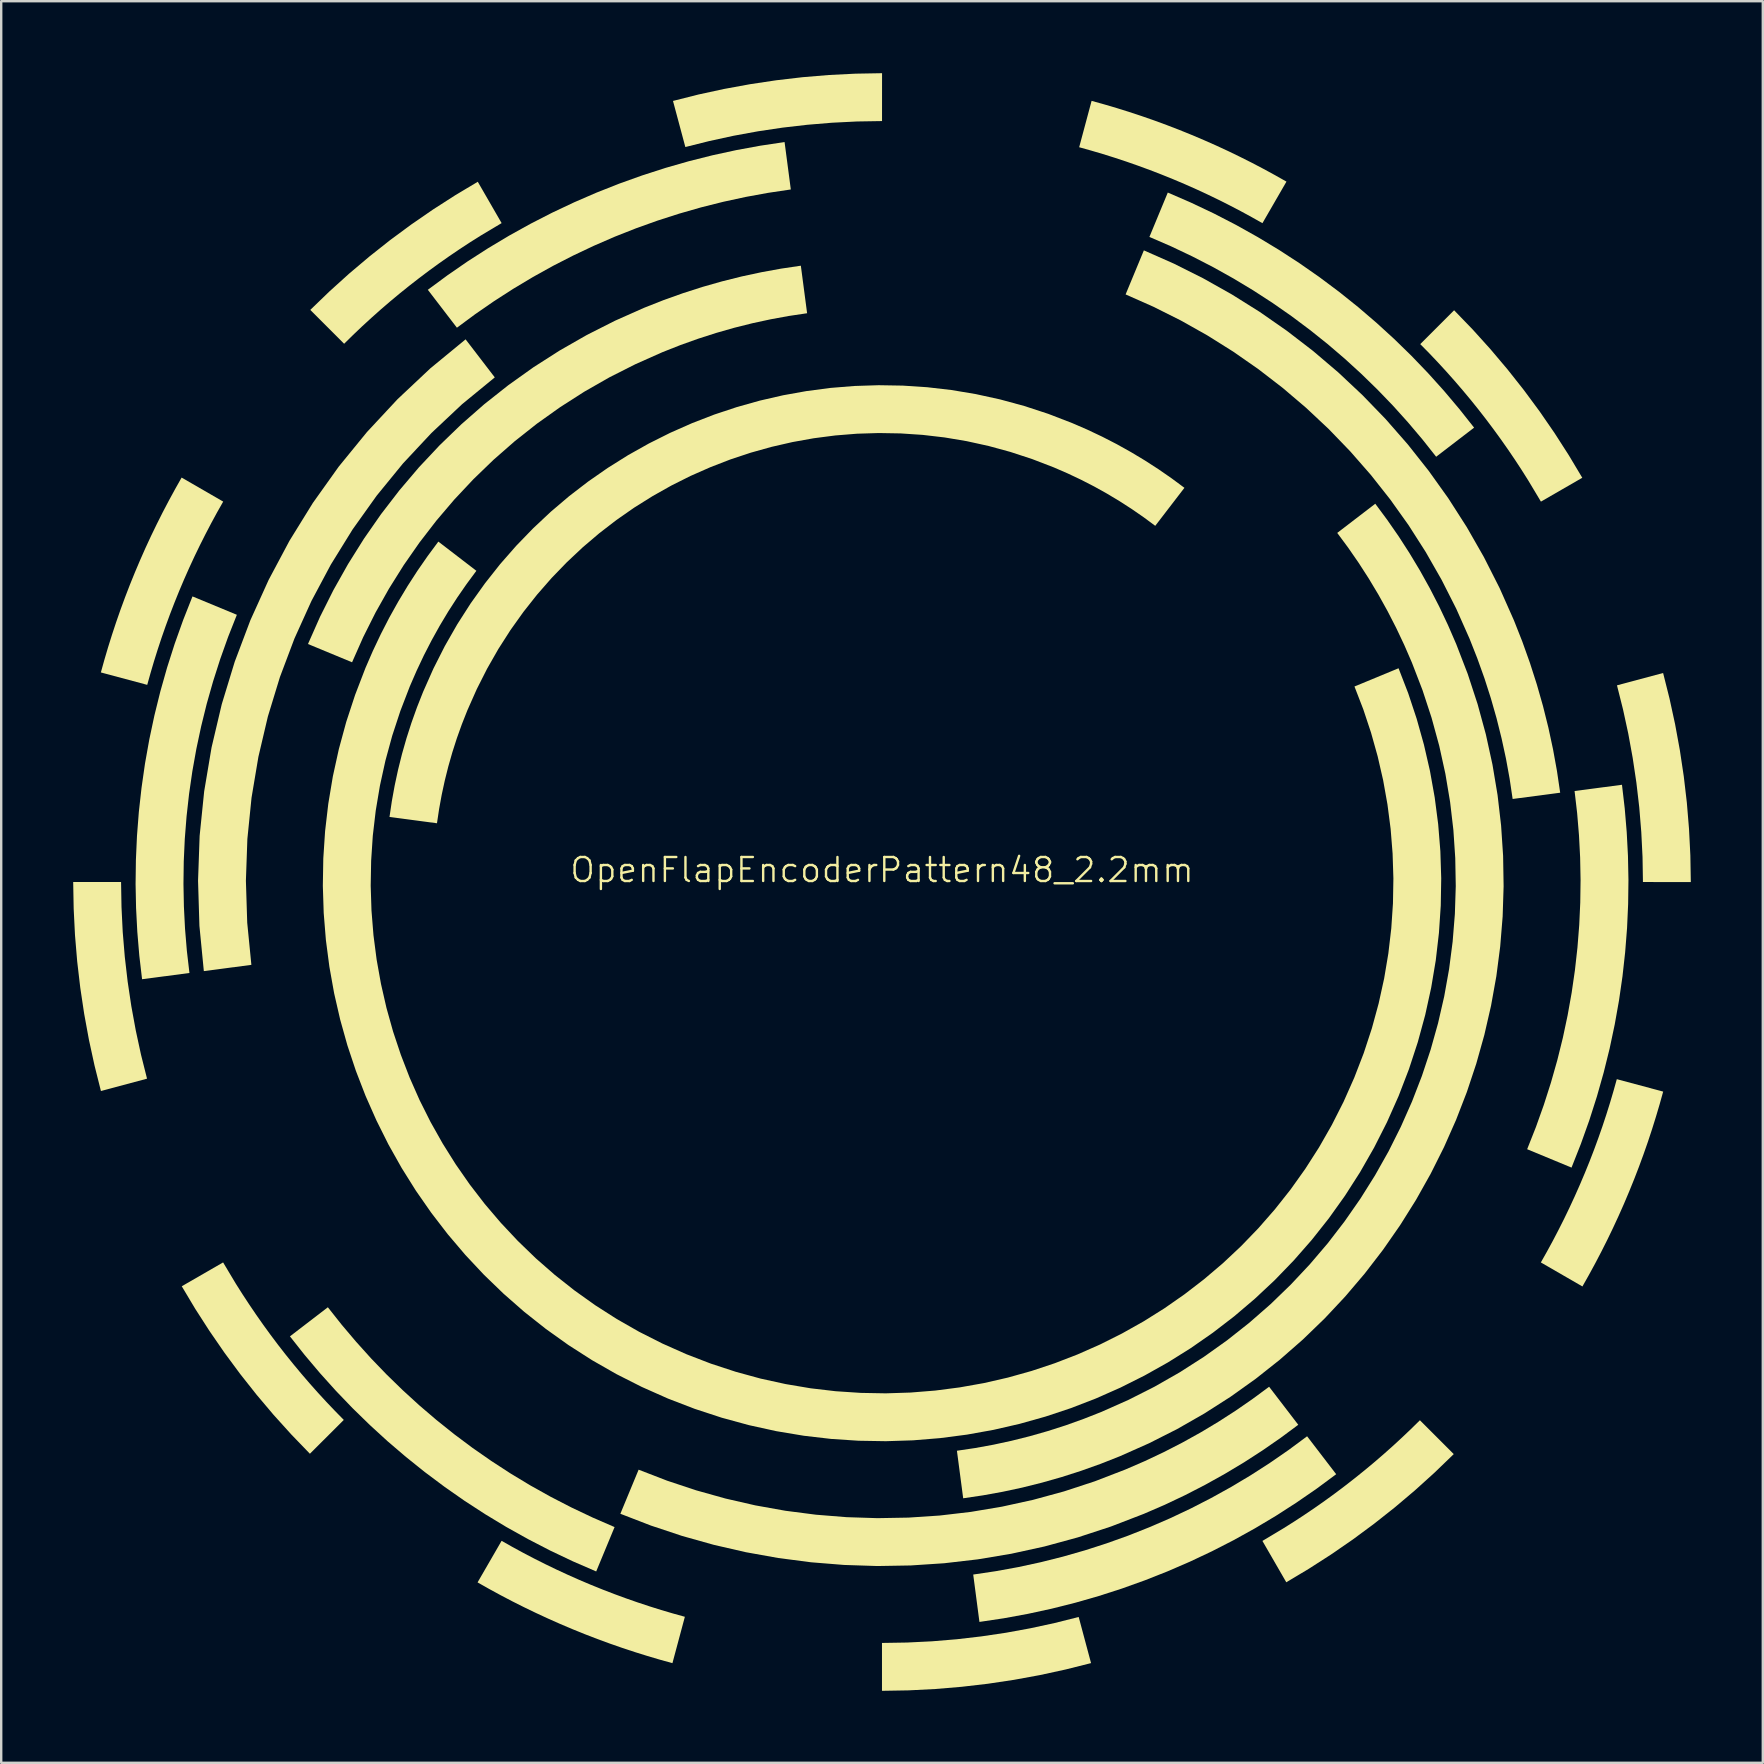
<source format=kicad_pcb>
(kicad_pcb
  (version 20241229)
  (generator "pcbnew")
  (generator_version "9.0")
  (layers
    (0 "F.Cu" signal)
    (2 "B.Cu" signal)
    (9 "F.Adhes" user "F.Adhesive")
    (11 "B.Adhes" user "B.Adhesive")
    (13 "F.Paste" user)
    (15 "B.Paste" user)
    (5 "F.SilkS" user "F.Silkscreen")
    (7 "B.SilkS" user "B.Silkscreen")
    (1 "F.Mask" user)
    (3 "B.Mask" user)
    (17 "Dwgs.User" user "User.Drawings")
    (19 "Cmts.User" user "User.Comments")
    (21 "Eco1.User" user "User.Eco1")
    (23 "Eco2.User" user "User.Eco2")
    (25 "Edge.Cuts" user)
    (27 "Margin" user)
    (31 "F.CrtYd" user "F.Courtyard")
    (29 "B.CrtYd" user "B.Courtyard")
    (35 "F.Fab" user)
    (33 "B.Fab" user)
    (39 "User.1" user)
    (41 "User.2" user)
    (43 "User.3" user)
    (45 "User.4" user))
  (footprint "OpenFlapEncoderPattern48_2.2mm"
    (layer "F.Cu")
    (at 33.704 33.704)
    (property "Reference" "OpenFlapEncoderPattern48_2.2mm" (at 0 -0.5 0) (unlocked yes) (layer "F.SilkS") (effects (font (size 1 1) (thickness 0.1))))
    (fp_poly (pts (xy 10.912 -26.321) (xy 10.912 -26.321) (xy 10.912 -26.321)) (stroke (width -0.000001) (type solid)) (fill yes) (layer "F.SilkS"))
    (fp_poly (pts (xy 23.84 -23.825) (xy 23.84 -23.825) (xy 23.84 -23.825)) (stroke (width -0.000001) (type solid)) (fill yes) (layer "F.SilkS"))
    (fp_poly (pts (xy 23.84 -23.825) (xy 23.84 -23.825) (xy 23.84 -23.825) (xy 23.84 -23.825) (xy 23.84 -23.825)) (stroke (width -0.000001) (type solid)) (fill yes) (layer "F.SilkS"))
    (fp_poly (pts (xy 32.552 8.734) (xy 32.552 8.734) (xy 32.552 8.734) (xy 32.552 8.734) (xy 32.552 8.734) (xy 32.552 8.734)) (stroke (width -0.000001) (type solid)) (fill yes) (layer "F.SilkS"))
    (fp_poly (pts (xy 32.552 8.734) (xy 32.552 8.734) (xy 32.552 8.734) (xy 32.552 8.734) (xy 32.552 8.734) (xy 32.552 8.734) (xy 32.552 8.734) (xy 32.552 8.734) (xy 32.552 8.734)) (stroke (width -0.000001) (type solid)) (fill yes) (layer "F.SilkS"))
    (fp_poly (pts (xy 0.001 -31.709) (xy -1.042 -31.692) (xy -2.082 -31.64) (xy -3.117 -31.554) (xy -4.147 -31.435) (xy -5.17 -31.282) (xy -6.187 -31.096) (xy -7.195 -30.877) (xy -8.195 -30.627) (xy -8.71 -32.548) (xy -7.647 -32.816) (xy -6.575 -33.048) (xy -5.494 -33.246) (xy -4.407 -33.409) (xy -3.312 -33.537) (xy -2.212 -33.629) (xy -1.107 -33.684) (xy 0.002 -33.704)) (stroke (width -0.000001) (type solid)) (fill yes) (layer "F.SilkS"))
    (fp_poly (pts (xy 8.711 32.549) (xy 7.648 32.816) (xy 6.576 33.049) (xy 5.495 33.247) (xy 4.408 33.41) (xy 3.313 33.537) (xy 2.213 33.629) (xy 1.108 33.685) (xy -0.001 33.704) (xy -0.001 31.709) (xy 1.043 31.692) (xy 2.083 31.641) (xy 3.118 31.555) (xy 4.148 31.435) (xy 5.171 31.283) (xy 6.187 31.097) (xy 7.196 30.878) (xy 8.196 30.627)) (stroke (width -0.000001) (type solid)) (fill yes) (layer "F.SilkS"))
    (fp_poly (pts (xy 32.816 -7.647) (xy 33.049 -6.575) (xy 33.247 -5.494) (xy 33.41 -4.407) (xy 33.538 -3.312) (xy 33.629 -2.212) (xy 33.685 -1.107) (xy 33.704 0.002) (xy 31.709 0.001) (xy 31.692 -1.042) (xy 31.64 -2.082) (xy 31.555 -3.117) (xy 31.435 -4.147) (xy 31.282 -5.171) (xy 31.097 -6.187) (xy 30.878 -7.196) (xy 30.627 -8.195) (xy 32.549 -8.71)) (stroke (width -0.000001) (type solid)) (fill yes) (layer "F.SilkS"))
    (fp_poly (pts (xy -31.709 -0.001) (xy -31.709 -0.001) (xy -31.691 1.043) (xy -31.64 2.083) (xy -31.554 3.118) (xy -31.435 4.147) (xy -31.282 5.171) (xy -31.096 6.187) (xy -30.878 7.196) (xy -30.627 8.195) (xy -32.548 8.71) (xy -32.815 7.647) (xy -33.048 6.575) (xy -33.246 5.495) (xy -33.409 4.407) (xy -33.537 3.313) (xy -33.629 2.213) (xy -33.684 1.108) (xy -33.704 -0.001)) (stroke (width -0.000001) (type solid)) (fill yes) (layer "F.SilkS"))
    (fp_poly (pts (xy -26.928 16.737) (xy -26.652 17.173) (xy -26.369 17.604) (xy -26.079 18.032) (xy -25.782 18.455) (xy -25.478 18.873) (xy -25.167 19.287) (xy -24.849 19.695) (xy -24.523 20.099) (xy -24.191 20.498) (xy -23.852 20.892) (xy -23.506 21.281) (xy -23.154 21.664) (xy -22.794 22.042) (xy -22.428 22.415) (xy -23.84 23.825) (xy -24.61 23.027) (xy -25.352 22.206) (xy -26.064 21.363) (xy -26.747 20.499) (xy -27.401 19.614) (xy -28.024 18.71) (xy -28.618 17.787) (xy -29.18 16.846) (xy -27.457 15.852)) (stroke (width -0.000001) (type solid)) (fill yes) (layer "F.SilkS"))
    (fp_poly (pts (xy -15.851 -27.457) (xy -16.736 -26.928) (xy -17.172 -26.653) (xy -17.604 -26.37) (xy -18.031 -26.08) (xy -18.454 -25.783) (xy -18.872 -25.479) (xy -19.286 -25.167) (xy -19.695 -24.849) (xy -20.099 -24.524) (xy -20.498 -24.192) (xy -20.892 -23.853) (xy -21.28 -23.507) (xy -21.664 -23.155) (xy -22.042 -22.795) (xy -22.414 -22.429) (xy -23.824 -23.84) (xy -23.026 -24.61) (xy -22.205 -25.352) (xy -21.362 -26.064) (xy -20.498 -26.748) (xy -19.613 -27.401) (xy -18.709 -28.024) (xy -17.786 -28.617) (xy -16.845 -29.18)) (stroke (width -0.000001) (type solid)) (fill yes) (layer "F.SilkS"))
    (fp_poly (pts (xy 23.825 23.84) (xy 23.027 24.61) (xy 22.206 25.352) (xy 21.363 26.065) (xy 20.499 26.748) (xy 19.614 27.402) (xy 18.71 28.025) (xy 17.787 28.618) (xy 16.847 29.181) (xy 15.852 27.458) (xy 16.736 26.928) (xy 17.172 26.653) (xy 17.604 26.37) (xy 18.032 26.08) (xy 18.455 25.783) (xy 18.873 25.479) (xy 19.287 25.167) (xy 19.695 24.849) (xy 20.099 24.524) (xy 20.498 24.192) (xy 20.892 23.853) (xy 21.281 23.507) (xy 21.664 23.154) (xy 22.042 22.795) (xy 22.415 22.429)) (stroke (width -0.000001) (type solid)) (fill yes) (layer "F.SilkS"))
    (fp_poly (pts (xy 24.611 -23.027) (xy 25.352 -22.206) (xy 26.065 -21.362) (xy 26.748 -20.498) (xy 27.402 -19.613) (xy 28.025 -18.709) (xy 28.618 -17.786) (xy 29.181 -16.845) (xy 27.458 -15.851) (xy 26.928 -16.736) (xy 26.653 -17.172) (xy 26.37 -17.604) (xy 26.08 -18.031) (xy 25.783 -18.454) (xy 25.479 -18.872) (xy 25.168 -19.286) (xy 24.85 -19.695) (xy 24.525 -20.099) (xy 24.192 -20.498) (xy 23.853 -20.892) (xy 23.508 -21.28) (xy 23.155 -21.664) (xy 22.796 -22.042) (xy 22.429 -22.414) (xy 23.84 -23.825)) (stroke (width -0.000001) (type solid)) (fill yes) (layer "F.SilkS"))
    (fp_poly (pts (xy -27.453 -15.852) (xy -27.706 -15.406) (xy -27.952 -14.953) (xy -28.191 -14.496) (xy -28.424 -14.033) (xy -28.65 -13.566) (xy -28.869 -13.092) (xy -29.081 -12.614) (xy -29.286 -12.13) (xy -29.482 -11.645) (xy -29.67 -11.158) (xy -29.849 -10.67) (xy -30.02 -10.181) (xy -30.182 -9.691) (xy -30.336 -9.2) (xy -30.481 -8.708) (xy -30.619 -8.215) (xy -32.551 -8.733) (xy -32.405 -9.257) (xy -32.251 -9.78) (xy -32.087 -10.303) (xy -31.915 -10.824) (xy -31.734 -11.344) (xy -31.543 -11.863) (xy -31.344 -12.38) (xy -31.135 -12.896) (xy -30.917 -13.41) (xy -30.692 -13.919) (xy -30.459 -14.422) (xy -30.218 -14.919) (xy -29.971 -15.411) (xy -29.716 -15.897) (xy -29.454 -16.378) (xy -29.186 -16.853)) (stroke (width -0.000001) (type solid)) (fill yes) (layer "F.SilkS"))
    (fp_poly (pts (xy -26.884 -11.135) (xy -27.248 -10.214) (xy -27.578 -9.288) (xy -27.875 -8.358) (xy -28.14 -7.425) (xy -28.371 -6.489) (xy -28.571 -5.551) (xy -28.739 -4.612) (xy -28.875 -3.672) (xy -28.98 -2.732) (xy -29.054 -1.793) (xy -29.097 -0.855) (xy -29.109 0.081) (xy -29.091 1.015) (xy -29.044 1.944) (xy -28.967 2.87) (xy -28.86 3.791) (xy -30.834 4.051) (xy -30.949 3.066) (xy -31.032 2.076) (xy -31.084 1.082) (xy -31.104 0.084) (xy -31.091 -0.917) (xy -31.046 -1.919) (xy -30.968 -2.924) (xy -30.856 -3.928) (xy -30.712 -4.933) (xy -30.533 -5.937) (xy -30.32 -6.939) (xy -30.073 -7.939) (xy -29.791 -8.936) (xy -29.474 -9.929) (xy -29.121 -10.918) (xy -28.733 -11.901)) (stroke (width -0.000001) (type solid)) (fill yes) (layer "F.SilkS"))
    (fp_poly (pts (xy -22.516 18.448) (xy -21.916 19.157) (xy -21.293 19.849) (xy -20.646 20.521) (xy -19.975 21.174) (xy -19.282 21.807) (xy -18.565 22.42) (xy -17.827 23.01) (xy -17.066 23.579) (xy -16.283 24.124) (xy -15.479 24.647) (xy -14.654 25.145) (xy -13.807 25.618) (xy -12.94 26.065) (xy -12.052 26.486) (xy -11.144 26.881) (xy -11.91 28.73) (xy -12.88 28.309) (xy -13.828 27.859) (xy -14.754 27.38) (xy -15.658 26.875) (xy -16.54 26.342) (xy -17.399 25.784) (xy -18.234 25.2) (xy -19.047 24.592) (xy -19.836 23.96) (xy -20.601 23.306) (xy -21.342 22.628) (xy -22.058 21.93) (xy -22.75 21.21) (xy -23.416 20.47) (xy -24.057 19.711) (xy -24.672 18.933) (xy -23.092 17.721)) (stroke (width -0.000001) (type solid)) (fill yes) (layer "F.SilkS"))
    (fp_poly (pts (xy -16.136 -21.028) (xy -17.499 -19.91) (xy -18.775 -18.711) (xy -19.963 -17.439) (xy -21.059 -16.097) (xy -22.061 -14.692) (xy -22.967 -13.228) (xy -23.776 -11.711) (xy -24.484 -10.146) (xy -25.09 -8.538) (xy -25.592 -6.894) (xy -25.986 -5.218) (xy -26.272 -3.515) (xy -26.446 -1.792) (xy -26.507 -0.052) (xy -26.452 1.697) (xy -26.279 3.452) (xy -28.26 3.713) (xy -28.444 1.827) (xy -28.501 -0.053) (xy -28.435 -1.923) (xy -28.246 -3.776) (xy -27.938 -5.607) (xy -27.513 -7.409) (xy -26.973 -9.178) (xy -26.321 -10.907) (xy -25.559 -12.59) (xy -24.69 -14.222) (xy -23.716 -15.797) (xy -22.639 -17.309) (xy -21.461 -18.752) (xy -20.186 -20.121) (xy -18.815 -21.41) (xy -17.352 -22.613)) (stroke (width -0.000001) (type solid)) (fill yes) (layer "F.SilkS"))
    (fp_poly (pts (xy 9.258 -32.405) (xy 9.781 -32.251) (xy 10.303 -32.087) (xy 10.825 -31.915) (xy 11.345 -31.734) (xy 11.864 -31.543) (xy 12.381 -31.344) (xy 12.897 -31.135) (xy 13.411 -30.917) (xy 13.92 -30.692) (xy 14.423 -30.459) (xy 14.92 -30.218) (xy 15.412 -29.971) (xy 15.898 -29.716) (xy 16.379 -29.454) (xy 16.854 -29.186) (xy 15.853 -27.454) (xy 15.406 -27.706) (xy 14.954 -27.952) (xy 14.497 -28.191) (xy 14.034 -28.424) (xy 13.566 -28.65) (xy 13.093 -28.869) (xy 12.615 -29.081) (xy 12.131 -29.286) (xy 11.646 -29.482) (xy 11.159 -29.67) (xy 10.671 -29.849) (xy 10.182 -30.02) (xy 9.692 -30.182) (xy 9.201 -30.336) (xy 8.709 -30.481) (xy 8.216 -30.619) (xy 8.734 -32.551)) (stroke (width -0.000001) (type solid)) (fill yes) (layer "F.SilkS"))
    (fp_poly (pts (xy 12.878 -28.309) (xy 13.827 -27.859) (xy 14.753 -27.381) (xy 15.657 -26.875) (xy 16.539 -26.343) (xy 17.398 -25.785) (xy 18.234 -25.201) (xy 19.047 -24.593) (xy 19.836 -23.961) (xy 20.601 -23.306) (xy 21.342 -22.629) (xy 22.059 -21.93) (xy 22.75 -21.21) (xy 23.416 -20.471) (xy 24.057 -19.711) (xy 24.673 -18.934) (xy 23.092 -17.721) (xy 22.516 -18.448) (xy 21.916 -19.157) (xy 21.293 -19.849) (xy 20.645 -20.521) (xy 19.975 -21.174) (xy 19.281 -21.808) (xy 18.565 -22.42) (xy 17.826 -23.01) (xy 17.066 -23.579) (xy 16.283 -24.125) (xy 15.479 -24.647) (xy 14.653 -25.145) (xy 13.806 -25.618) (xy 12.939 -26.065) (xy 12.051 -26.487) (xy 11.143 -26.881) (xy 11.909 -28.73)) (stroke (width -0.000001) (type solid)) (fill yes) (layer "F.SilkS"))
    (fp_poly (pts (xy 18.926 24.678) (xy 18.106 25.285) (xy 17.267 25.863) (xy 16.411 26.414) (xy 15.538 26.935) (xy 14.649 27.428) (xy 13.745 27.891) (xy 12.827 28.324) (xy 11.896 28.727) (xy 10.952 29.1) (xy 9.996 29.443) (xy 9.03 29.754) (xy 8.053 30.034) (xy 7.067 30.282) (xy 6.072 30.498) (xy 5.07 30.682) (xy 4.06 30.833) (xy 3.801 28.859) (xy 4.746 28.718) (xy 5.684 28.547) (xy 6.615 28.345) (xy 7.538 28.113) (xy 8.453 27.851) (xy 9.357 27.56) (xy 10.252 27.24) (xy 11.135 26.89) (xy 12.007 26.513) (xy 12.866 26.107) (xy 13.711 25.673) (xy 14.543 25.212) (xy 15.36 24.724) (xy 16.161 24.208) (xy 16.946 23.666) (xy 17.714 23.097)) (stroke (width -0.000001) (type solid)) (fill yes) (layer "F.SilkS"))
    (fp_poly (pts (xy 30.95 -3.067) (xy 31.033 -2.076) (xy 31.085 -1.082) (xy 31.105 -0.084) (xy 31.092 0.917) (xy 31.047 1.919) (xy 30.968 2.924) (xy 30.857 3.928) (xy 30.712 4.933) (xy 30.533 5.937) (xy 30.321 6.939) (xy 30.073 7.939) (xy 29.791 8.936) (xy 29.474 9.929) (xy 29.121 10.918) (xy 28.733 11.901) (xy 26.884 11.135) (xy 27.248 10.214) (xy 27.578 9.289) (xy 27.875 8.359) (xy 28.14 7.426) (xy 28.372 6.49) (xy 28.571 5.552) (xy 28.739 4.612) (xy 28.875 3.672) (xy 28.98 2.732) (xy 29.054 1.793) (xy 29.097 0.855) (xy 29.11 -0.081) (xy 29.092 -1.015) (xy 29.044 -1.945) (xy 28.967 -2.871) (xy 28.86 -3.792) (xy 30.835 -4.052)) (stroke (width -0.000001) (type solid)) (fill yes) (layer "F.SilkS"))
    (fp_poly (pts (xy 32.552 8.734) (xy 32.406 9.258) (xy 32.251 9.781) (xy 32.088 10.303) (xy 31.916 10.825) (xy 31.734 11.345) (xy 31.544 11.863) (xy 31.344 12.381) (xy 31.135 12.897) (xy 30.918 13.411) (xy 30.692 13.92) (xy 30.459 14.423) (xy 30.219 14.92) (xy 29.971 15.412) (xy 29.717 15.898) (xy 29.455 16.379) (xy 29.187 16.854) (xy 27.455 15.853) (xy 27.707 15.406) (xy 27.953 14.954) (xy 28.192 14.496) (xy 28.425 14.034) (xy 28.65 13.566) (xy 28.869 13.093) (xy 29.081 12.615) (xy 29.286 12.131) (xy 29.483 11.646) (xy 29.671 11.159) (xy 29.85 10.671) (xy 30.021 10.182) (xy 30.183 9.692) (xy 30.337 9.201) (xy 30.482 8.709) (xy 30.62 8.216)) (stroke (width -0.000001) (type solid)) (fill yes) (layer "F.SilkS"))
    (fp_poly (pts (xy -3.8 -28.859) (xy -3.8 -28.859) (xy -3.8 -28.859) (xy -3.8 -28.859) (xy -4.745 -28.718) (xy -5.683 -28.547) (xy -6.615 -28.345) (xy -7.538 -28.113) (xy -8.452 -27.851) (xy -9.357 -27.56) (xy -10.251 -27.24) (xy -11.135 -26.891) (xy -12.006 -26.513) (xy -12.865 -26.107) (xy -13.711 -25.674) (xy -14.543 -25.212) (xy -15.359 -24.724) (xy -16.161 -24.208) (xy -16.946 -23.666) (xy -17.714 -23.098) (xy -18.926 -24.678) (xy -18.105 -25.284) (xy -17.266 -25.863) (xy -16.41 -26.413) (xy -15.537 -26.935) (xy -14.648 -27.428) (xy -13.745 -27.891) (xy -12.827 -28.324) (xy -11.895 -28.728) (xy -10.951 -29.101) (xy -9.996 -29.443) (xy -9.029 -29.755) (xy -8.052 -30.035) (xy -7.066 -30.283) (xy -6.072 -30.499) (xy -5.069 -30.683) (xy -4.06 -30.834)) (stroke (width -0.000001) (type solid)) (fill yes) (layer "F.SilkS"))
    (fp_poly (pts (xy -15.852 27.454) (xy -15.852 27.454) (xy -15.852 27.454) (xy -15.852 27.454) (xy -15.852 27.454) (xy -15.852 27.454) (xy -15.852 27.454) (xy -15.852 27.454) (xy -15.852 27.454) (xy -15.852 27.454) (xy -15.405 27.707) (xy -14.953 27.953) (xy -14.496 28.192) (xy -14.033 28.425) (xy -13.565 28.651) (xy -13.092 28.87) (xy -12.614 29.082) (xy -12.13 29.287) (xy -11.645 29.483) (xy -11.158 29.671) (xy -10.67 29.85) (xy -10.181 30.021) (xy -9.691 30.183) (xy -9.2 30.337) (xy -8.708 30.482) (xy -8.215 30.619) (xy -8.733 32.551) (xy -9.257 32.406) (xy -9.78 32.251) (xy -10.303 32.088) (xy -10.824 31.916) (xy -11.344 31.735) (xy -11.863 31.544) (xy -12.38 31.345) (xy -12.896 31.136) (xy -13.41 30.918) (xy -13.919 30.692) (xy -14.422 30.459) (xy -14.919 30.219) (xy -15.411 29.972) (xy -15.897 29.717) (xy -16.378 29.455) (xy -16.853 29.186) (xy -15.852 27.454)) (stroke (width -0.000001) (type solid)) (fill yes) (layer "F.SilkS"))
    (fp_poly (pts (xy -3.121 -23.701) (xy -3.88 -23.588) (xy -4.638 -23.449) (xy -5.395 -23.286) (xy -6.151 -23.097) (xy -6.904 -22.882) (xy -7.655 -22.641) (xy -8.402 -22.374) (xy -9.146 -22.08) (xy -10.27 -21.58) (xy -11.357 -21.031) (xy -12.404 -20.433) (xy -13.411 -19.788) (xy -14.378 -19.1) (xy -15.303 -18.369) (xy -16.185 -17.597) (xy -17.024 -16.787) (xy -17.819 -15.941) (xy -18.569 -15.06) (xy -19.274 -14.146) (xy -19.932 -13.202) (xy -20.542 -12.229) (xy -21.105 -11.229) (xy -21.619 -10.204) (xy -22.083 -9.156) (xy -23.92 -9.917) (xy -23.417 -11.053) (xy -22.86 -12.165) (xy -22.25 -13.249) (xy -21.588 -14.305) (xy -20.875 -15.329) (xy -20.112 -16.32) (xy -19.3 -17.276) (xy -18.439 -18.194) (xy -17.53 -19.072) (xy -16.575 -19.909) (xy -15.574 -20.701) (xy -14.528 -21.447) (xy -13.437 -22.145) (xy -12.304 -22.793) (xy -11.128 -23.388) (xy -9.911 -23.929) (xy -9.106 -24.247) (xy -8.296 -24.536) (xy -7.483 -24.797) (xy -6.667 -25.029) (xy -5.848 -25.234) (xy -5.027 -25.41) (xy -4.205 -25.56) (xy -3.382 -25.682)) (stroke (width -0.000001) (type solid)) (fill yes) (layer "F.SilkS"))
    (fp_poly (pts (xy 12.163 -25.768) (xy 13.386 -25.155) (xy 14.579 -24.484) (xy 15.741 -23.756) (xy 16.868 -22.971) (xy 17.959 -22.132) (xy 19.01 -21.238) (xy 20.02 -20.29) (xy 20.987 -19.29) (xy 21.907 -18.239) (xy 22.779 -17.137) (xy 23.601 -15.986) (xy 24.369 -14.787) (xy 25.082 -13.539) (xy 25.737 -12.246) (xy 26.332 -10.906) (xy 26.682 -10.02) (xy 27 -9.129) (xy 27.287 -8.234) (xy 27.543 -7.336) (xy 27.768 -6.435) (xy 27.962 -5.531) (xy 28.126 -4.627) (xy 28.26 -3.721) (xy 26.279 -3.46) (xy 26.154 -4.302) (xy 26.001 -5.143) (xy 25.819 -5.982) (xy 25.61 -6.82) (xy 25.372 -7.655) (xy 25.105 -8.488) (xy 24.808 -9.316) (xy 24.483 -10.14) (xy 23.929 -11.388) (xy 23.319 -12.592) (xy 22.656 -13.753) (xy 21.942 -14.87) (xy 21.178 -15.942) (xy 20.368 -16.967) (xy 19.512 -17.945) (xy 18.614 -18.876) (xy 17.675 -19.757) (xy 16.698 -20.589) (xy 15.685 -21.37) (xy 14.637 -22.1) (xy 13.558 -22.777) (xy 12.449 -23.401) (xy 11.313 -23.97) (xy 10.151 -24.485) (xy 10.912 -26.321)) (stroke (width -0.000001) (type solid)) (fill yes) (layer "F.SilkS"))
    (fp_poly (pts (xy 17.346 22.618) (xy 16.611 23.163) (xy 15.856 23.686) (xy 15.081 24.187) (xy 14.285 24.664) (xy 13.47 25.118) (xy 12.635 25.548) (xy 11.781 25.953) (xy 10.907 26.331) (xy 9.539 26.858) (xy 8.161 27.31) (xy 6.775 27.688) (xy 5.383 27.993) (xy 3.987 28.226) (xy 2.591 28.388) (xy 1.197 28.48) (xy -0.194 28.504) (xy -1.579 28.459) (xy -2.955 28.348) (xy -4.321 28.17) (xy -5.673 27.928) (xy -7.009 27.621) (xy -8.328 27.251) (xy -9.627 26.819) (xy -10.903 26.326) (xy -10.142 24.489) (xy -10.142 24.489) (xy -10.142 24.489) (xy -10.142 24.489) (xy -10.142 24.489) (xy -10.142 24.489) (xy -10.142 24.489) (xy -10.142 24.489) (xy -10.142 24.489) (xy -10.142 24.489) (xy -10.142 24.489) (xy -10.142 24.489) (xy -10.142 24.489) (xy -10.142 24.489) (xy -10.142 24.489) (xy -10.142 24.489) (xy -10.142 24.489) (xy -8.956 24.947) (xy -7.749 25.348) (xy -6.524 25.691) (xy -5.281 25.976) (xy -4.025 26.201) (xy -2.755 26.365) (xy -1.476 26.468) (xy -0.188 26.509) (xy 1.105 26.486) (xy 2.402 26.4) (xy 3.701 26.248) (xy 4.999 26.03) (xy 6.294 25.746) (xy 7.584 25.394) (xy 8.868 24.973) (xy 10.141 24.482) (xy 10.954 24.13) (xy 11.749 23.754) (xy 12.525 23.355) (xy 13.284 22.933) (xy 14.024 22.489) (xy 14.745 22.024) (xy 15.447 21.538) (xy 16.131 21.033)) (stroke (width -0.000001) (type solid)) (fill yes) (layer "F.SilkS"))
    (fp_poly (pts (xy 21.05 -15.095) (xy 21.526 -14.409) (xy 21.981 -13.704) (xy 22.415 -12.982) (xy 22.827 -12.241) (xy 23.218 -11.482) (xy 23.585 -10.706) (xy 23.929 -9.912) (xy 24.408 -8.669) (xy 24.818 -7.416) (xy 25.162 -6.156) (xy 25.439 -4.891) (xy 25.651 -3.623) (xy 25.798 -2.355) (xy 25.882 -1.087) (xy 25.903 0.177) (xy 25.863 1.435) (xy 25.761 2.686) (xy 25.6 3.927) (xy 25.379 5.156) (xy 25.1 6.371) (xy 24.764 7.569) (xy 24.372 8.749) (xy 23.923 9.909) (xy 23.42 11.046) (xy 22.863 12.158) (xy 22.254 13.243) (xy 21.592 14.299) (xy 20.879 15.324) (xy 20.116 16.316) (xy 19.303 17.272) (xy 18.442 18.191) (xy 17.533 19.069) (xy 16.577 19.906) (xy 15.576 20.699) (xy 14.53 21.446) (xy 13.439 22.144) (xy 12.305 22.793) (xy 11.129 23.388) (xy 9.912 23.929) (xy 9.912 23.929) (xy 9.912 23.929) (xy 9.912 23.929) (xy 9.912 23.929) (xy 9.912 23.929) (xy 9.912 23.929) (xy 9.107 24.247) (xy 8.297 24.536) (xy 7.484 24.797) (xy 6.667 25.029) (xy 5.848 25.234) (xy 5.028 25.41) (xy 4.206 25.559) (xy 3.383 25.681) (xy 3.122 23.7) (xy 3.881 23.587) (xy 4.639 23.449) (xy 5.396 23.285) (xy 6.151 23.096) (xy 6.905 22.881) (xy 7.655 22.641) (xy 8.402 22.373) (xy 9.146 22.08) (xy 10.271 21.58) (xy 11.358 21.03) (xy 12.406 20.432) (xy 13.413 19.787) (xy 14.38 19.098) (xy 15.305 18.367) (xy 16.188 17.595) (xy 17.027 16.784) (xy 17.822 15.937) (xy 18.573 15.056) (xy 19.277 14.141) (xy 19.935 13.196) (xy 20.546 12.222) (xy 21.109 11.222) (xy 21.622 10.196) (xy 22.086 9.148) (xy 22.499 8.079) (xy 22.861 6.99) (xy 23.171 5.885) (xy 23.428 4.765) (xy 23.631 3.631) (xy 23.779 2.486) (xy 23.872 1.332) (xy 23.909 0.171) (xy 23.888 -0.995) (xy 23.81 -2.165) (xy 23.673 -3.337) (xy 23.477 -4.507) (xy 23.22 -5.676) (xy 22.902 -6.84) (xy 22.523 -7.997) (xy 22.08 -9.146) (xy 21.762 -9.879) (xy 21.423 -10.595) (xy 21.063 -11.296) (xy 20.683 -11.98) (xy 20.283 -12.647) (xy 19.864 -13.297) (xy 19.426 -13.931) (xy 18.97 -14.547) (xy 20.555 -15.763)) (stroke (width -0.000001) (type solid)) (fill yes) (layer "F.SilkS"))
    (fp_poly (pts (xy 0.87 -20.685) (xy 1.883 -20.618) (xy 2.897 -20.501) (xy 3.91 -20.331) (xy 4.921 -20.11) (xy 5.928 -19.836) (xy 6.929 -19.508) (xy 7.922 -19.125) (xy 8.557 -18.85) (xy 9.178 -18.556) (xy 9.785 -18.244) (xy 10.377 -17.913) (xy 10.955 -17.566) (xy 11.519 -17.202) (xy 12.068 -16.822) (xy 12.602 -16.426) (xy 11.386 -14.842) (xy 10.904 -15.199) (xy 10.408 -15.542) (xy 9.899 -15.87) (xy 9.376 -16.184) (xy 8.841 -16.482) (xy 8.292 -16.764) (xy 7.731 -17.029) (xy 7.157 -17.278) (xy 6.258 -17.624) (xy 5.352 -17.921) (xy 4.441 -18.17) (xy 3.527 -18.371) (xy 2.611 -18.525) (xy 1.694 -18.632) (xy 0.778 -18.693) (xy -0.134 -18.709) (xy -1.043 -18.681) (xy -1.946 -18.608) (xy -2.842 -18.492) (xy -3.729 -18.333) (xy -4.605 -18.132) (xy -5.47 -17.89) (xy -6.322 -17.607) (xy -7.158 -17.283) (xy -7.979 -16.921) (xy -8.781 -16.519) (xy -9.564 -16.078) (xy -10.326 -15.601) (xy -11.065 -15.086) (xy -11.781 -14.534) (xy -12.471 -13.947) (xy -13.133 -13.325) (xy -13.768 -12.668) (xy -14.372 -11.977) (xy -14.944 -11.253) (xy -15.483 -10.497) (xy -15.988 -9.708) (xy -16.456 -8.888) (xy -16.886 -8.038) (xy -17.277 -7.157) (xy -17.507 -6.576) (xy -17.716 -5.992) (xy -17.904 -5.405) (xy -18.072 -4.816) (xy -18.22 -4.226) (xy -18.348 -3.634) (xy -18.456 -3.041) (xy -18.545 -2.448) (xy -20.523 -2.71) (xy -20.523 -2.71) (xy -20.523 -2.71) (xy -20.523 -2.71) (xy -20.523 -2.71) (xy -20.523 -2.71) (xy -20.523 -2.71) (xy -20.523 -2.71) (xy -20.523 -2.71) (xy -20.523 -2.71) (xy -20.523 -2.71) (xy -20.523 -2.71) (xy -20.523 -2.71) (xy -20.523 -2.71) (xy -20.523 -2.71) (xy -20.523 -2.71) (xy -20.426 -3.367) (xy -20.307 -4.023) (xy -20.166 -4.678) (xy -20.003 -5.332) (xy -19.817 -5.984) (xy -19.609 -6.633) (xy -19.378 -7.279) (xy -19.124 -7.922) (xy -18.692 -8.895) (xy -18.216 -9.835) (xy -17.698 -10.741) (xy -17.14 -11.612) (xy -16.543 -12.448) (xy -15.91 -13.249) (xy -15.241 -14.012) (xy -14.538 -14.738) (xy -13.804 -15.427) (xy -13.04 -16.076) (xy -12.247 -16.686) (xy -11.428 -17.256) (xy -10.584 -17.785) (xy -9.717 -18.272) (xy -8.828 -18.717) (xy -7.919 -19.119) (xy -6.992 -19.478) (xy -6.049 -19.791) (xy -5.091 -20.06) (xy -4.12 -20.283) (xy -3.138 -20.459) (xy -2.146 -20.589) (xy -1.146 -20.67) (xy -0.141 -20.702)) (stroke (width -0.000001) (type solid)) (fill yes) (layer "F.SilkS"))
    (fp_poly (pts (xy -16.903 -12.968) (xy -17.309 -12.419) (xy -17.7 -11.854) (xy -18.074 -11.274) (xy -18.431 -10.678) (xy -18.77 -10.068) (xy -19.091 -9.444) (xy -19.393 -8.804) (xy -19.677 -8.151) (xy -20.071 -7.127) (xy -20.41 -6.095) (xy -20.693 -5.058) (xy -20.922 -4.016) (xy -21.097 -2.973) (xy -21.219 -1.929) (xy -21.288 -0.886) (xy -21.307 0.153) (xy -21.274 1.188) (xy -21.191 2.217) (xy -21.059 3.237) (xy -20.878 4.247) (xy -20.65 5.245) (xy -20.374 6.231) (xy -20.051 7.2) (xy -19.683 8.153) (xy -19.27 9.088) (xy -18.812 10.001) (xy -18.31 10.893) (xy -17.766 11.761) (xy -17.18 12.603) (xy -16.552 13.418) (xy -15.883 14.203) (xy -15.174 14.958) (xy -14.426 15.681) (xy -13.64 16.368) (xy -12.815 17.02) (xy -11.954 17.634) (xy -11.055 18.209) (xy -10.122 18.742) (xy -9.153 19.232) (xy -8.15 19.678) (xy -7.126 20.072) (xy -6.094 20.41) (xy -5.057 20.694) (xy -4.015 20.922) (xy -2.972 21.098) (xy -1.928 21.22) (xy -0.885 21.289) (xy 0.155 21.308) (xy 1.189 21.275) (xy 2.218 21.192) (xy 3.238 21.06) (xy 4.248 20.88) (xy 5.247 20.651) (xy 6.232 20.375) (xy 7.202 20.052) (xy 8.155 19.684) (xy 9.089 19.271) (xy 10.003 18.813) (xy 10.895 18.312) (xy 11.763 17.768) (xy 12.605 17.181) (xy 13.42 16.553) (xy 14.206 15.885) (xy 14.961 15.176) (xy 15.683 14.428) (xy 16.371 13.641) (xy 17.023 12.817) (xy 17.637 11.955) (xy 18.212 11.057) (xy 18.745 10.123) (xy 19.235 9.155) (xy 19.68 8.152) (xy 20.075 7.128) (xy 20.413 6.097) (xy 20.696 5.06) (xy 20.925 4.019) (xy 21.1 2.976) (xy 21.222 1.932) (xy 21.292 0.89) (xy 21.31 -0.149) (xy 21.277 -1.184) (xy 21.195 -2.212) (xy 21.063 -3.231) (xy 20.883 -4.241) (xy 20.654 -5.239) (xy 20.378 -6.224) (xy 20.056 -7.194) (xy 19.688 -8.147) (xy 21.525 -8.907) (xy 21.928 -7.864) (xy 22.28 -6.803) (xy 22.582 -5.725) (xy 22.833 -4.632) (xy 23.031 -3.527) (xy 23.176 -2.411) (xy 23.267 -1.287) (xy 23.303 -0.155) (xy 23.284 0.982) (xy 23.208 2.121) (xy 23.076 3.262) (xy 22.885 4.402) (xy 22.636 5.54) (xy 22.327 6.672) (xy 21.958 7.799) (xy 21.528 8.917) (xy 21.041 10.012) (xy 20.505 11.07) (xy 19.922 12.09) (xy 19.294 13.071) (xy 18.622 14.012) (xy 17.909 14.913) (xy 17.156 15.772) (xy 16.366 16.59) (xy 15.539 17.364) (xy 14.679 18.096) (xy 13.787 18.782) (xy 12.865 19.424) (xy 11.915 20.019) (xy 10.938 20.567) (xy 9.938 21.068) (xy 8.915 21.521) (xy 7.872 21.924) (xy 6.81 22.277) (xy 5.732 22.58) (xy 4.639 22.831) (xy 3.534 23.029) (xy 2.417 23.174) (xy 1.292 23.266) (xy 0.16 23.302) (xy -0.977 23.283) (xy -2.117 23.208) (xy -3.259 23.075) (xy -4.399 22.885) (xy -5.537 22.635) (xy -6.671 22.326) (xy -7.797 21.957) (xy -8.916 21.527) (xy -10.011 21.04) (xy -11.069 20.505) (xy -12.089 19.922) (xy -13.07 19.293) (xy -14.011 18.621) (xy -14.912 17.908) (xy -15.771 17.155) (xy -16.589 16.365) (xy -17.364 15.538) (xy -18.095 14.678) (xy -18.781 13.786) (xy -19.423 12.864) (xy -20.018 11.914) (xy -20.567 10.938) (xy -21.067 9.937) (xy -21.52 8.914) (xy -21.923 7.871) (xy -22.277 6.809) (xy -22.579 5.731) (xy -22.83 4.638) (xy -23.028 3.533) (xy -23.174 2.416) (xy -23.265 1.291) (xy -23.301 0.159) (xy -23.282 -0.978) (xy -23.207 -2.118) (xy -23.074 -3.26) (xy -22.884 -4.4) (xy -22.634 -5.538) (xy -22.326 -6.671) (xy -21.956 -7.798) (xy -21.526 -8.917) (xy -21.216 -9.631) (xy -20.885 -10.33) (xy -20.534 -11.013) (xy -20.162 -11.68) (xy -19.771 -12.331) (xy -19.361 -12.966) (xy -18.933 -13.583) (xy -18.488 -14.185)) (stroke (width -0.000001) (type solid)) (fill yes) (layer "F.SilkS")))
  (gr_rect
    (start -3 -3)
    (end 70.408 70.408)
    (stroke (width 0.1) (type default))
    (fill no)
    (layer "Edge.Cuts")))
</source>
